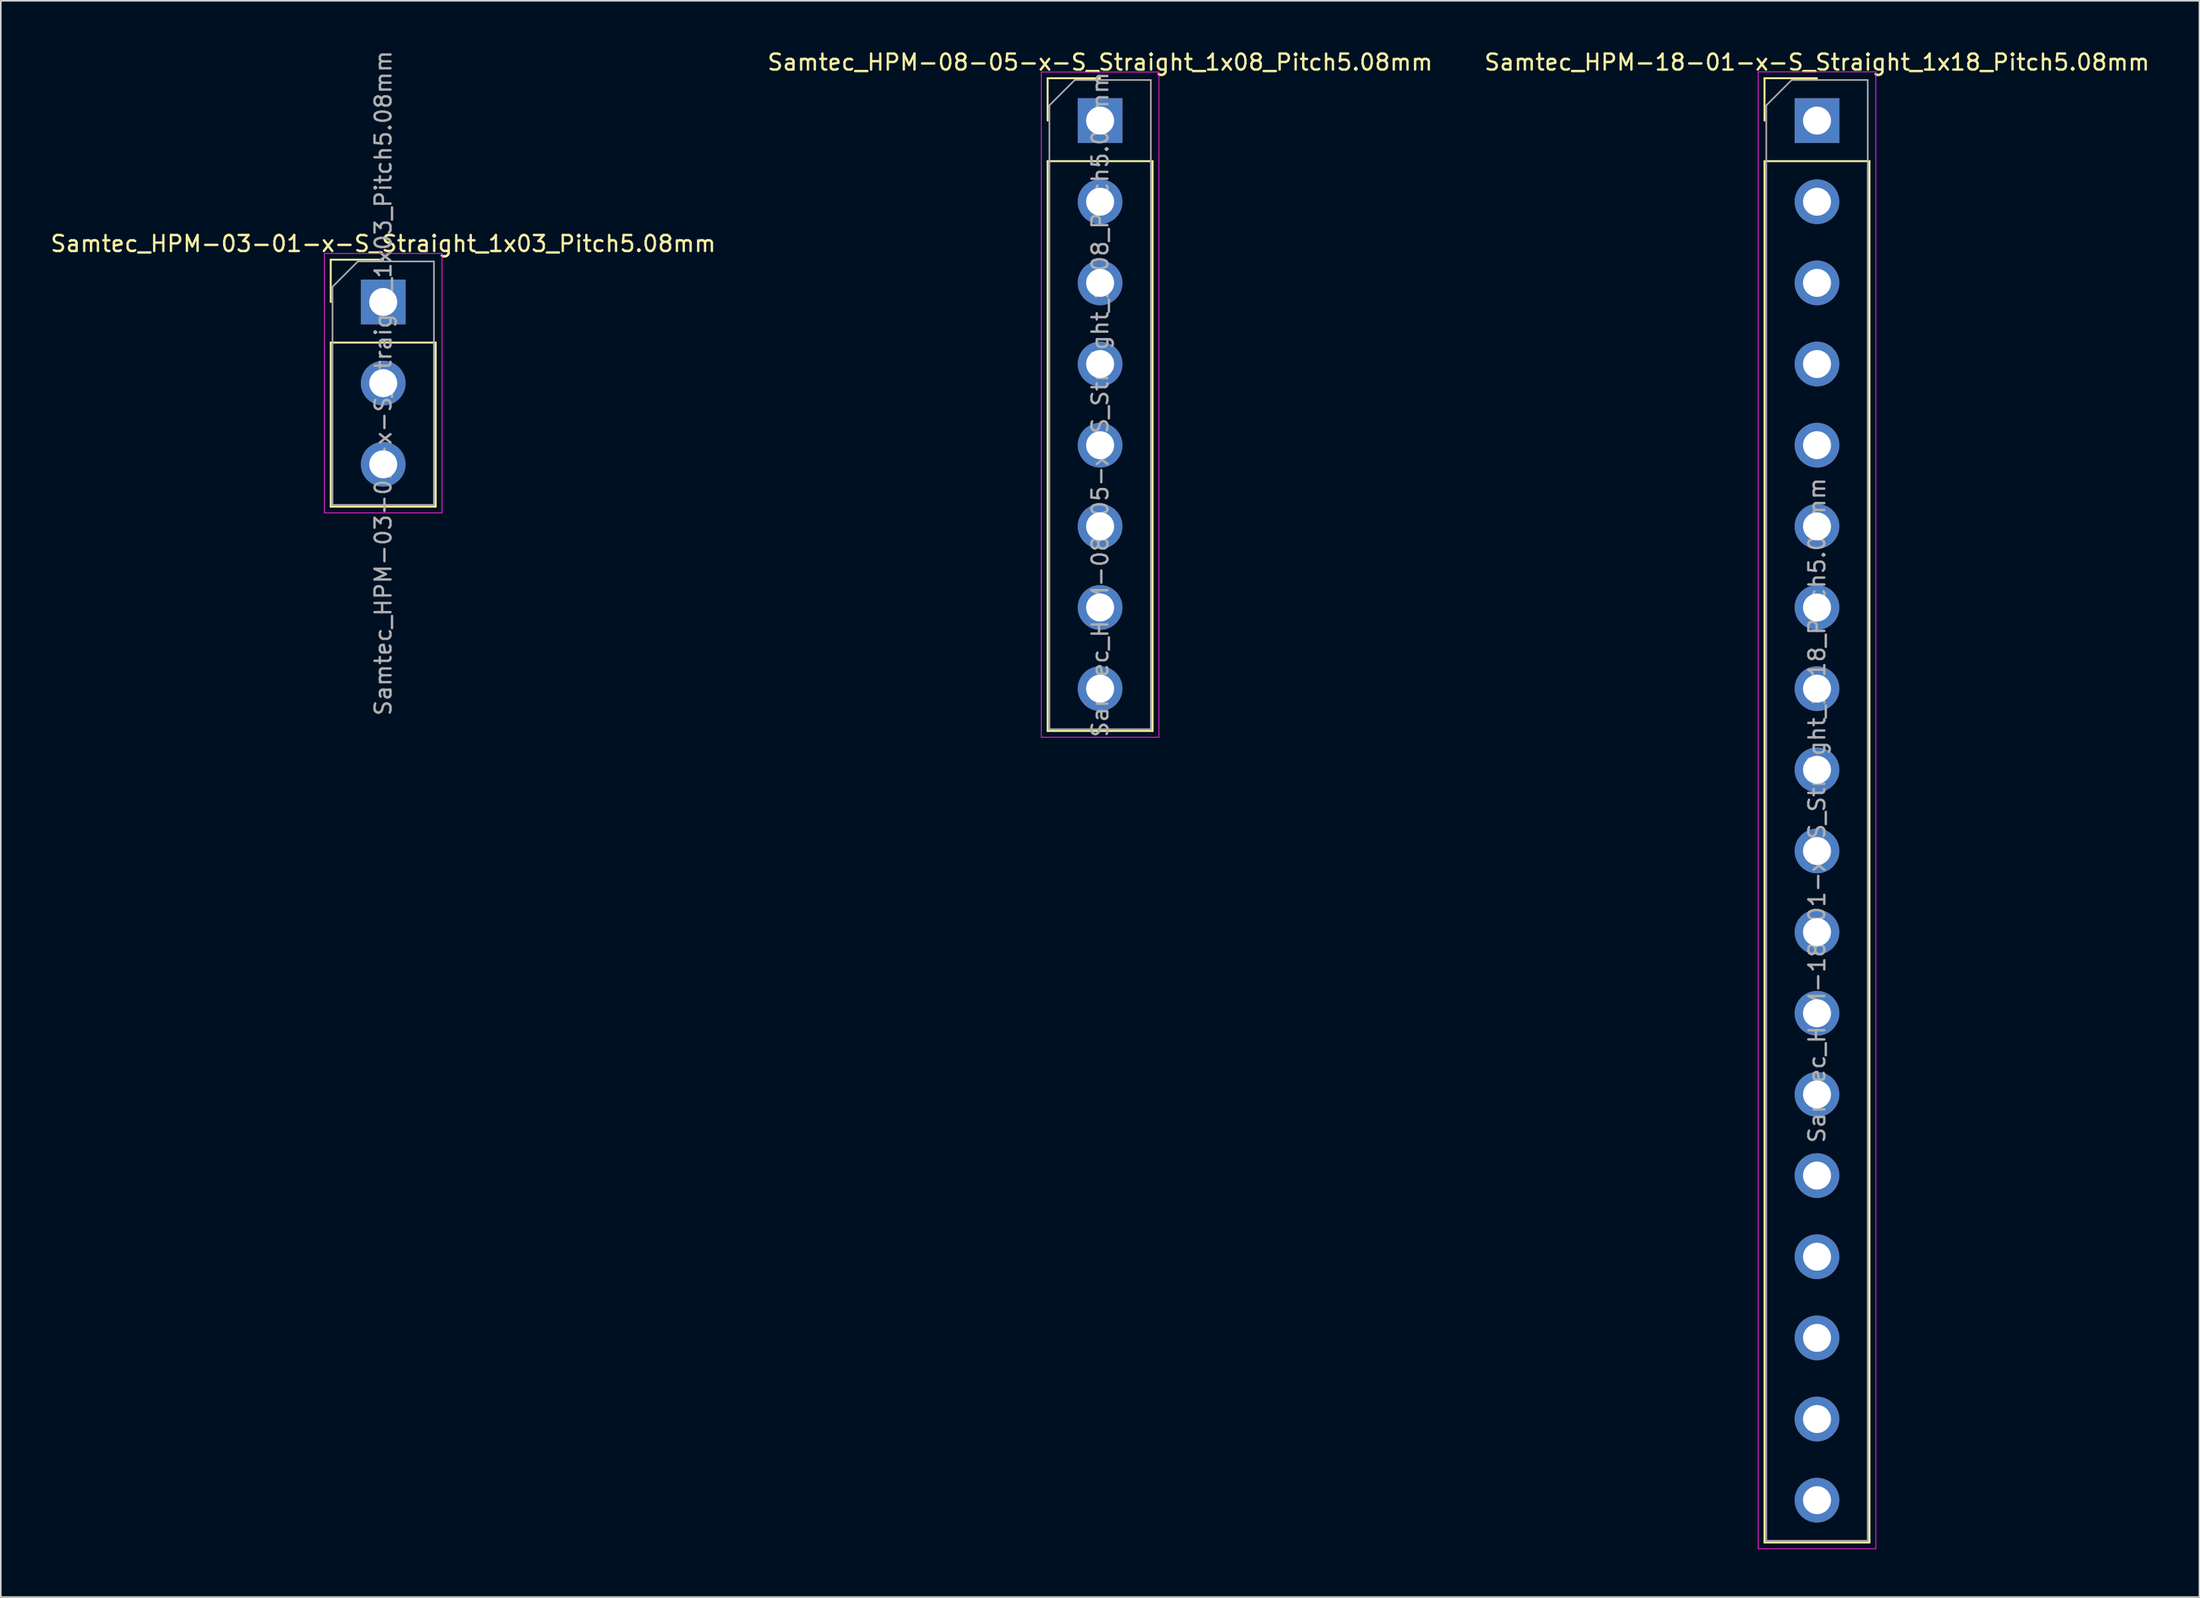
<source format=kicad_pcb>
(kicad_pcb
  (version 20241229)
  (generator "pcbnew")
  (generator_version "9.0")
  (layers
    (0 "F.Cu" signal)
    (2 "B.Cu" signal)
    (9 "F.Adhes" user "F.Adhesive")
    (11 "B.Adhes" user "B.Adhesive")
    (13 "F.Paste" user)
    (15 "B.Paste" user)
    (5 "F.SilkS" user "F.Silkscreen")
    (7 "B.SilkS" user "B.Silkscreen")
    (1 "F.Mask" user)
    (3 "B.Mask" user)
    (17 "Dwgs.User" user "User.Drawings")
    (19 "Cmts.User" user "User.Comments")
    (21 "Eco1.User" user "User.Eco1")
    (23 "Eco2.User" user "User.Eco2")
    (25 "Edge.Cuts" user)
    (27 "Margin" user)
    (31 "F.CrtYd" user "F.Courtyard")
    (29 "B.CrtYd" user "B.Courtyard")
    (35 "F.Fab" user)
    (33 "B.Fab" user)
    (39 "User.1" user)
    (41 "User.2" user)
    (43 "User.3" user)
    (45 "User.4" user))
  (footprint "Samtec_HPM-08-05-x-S_Straight_1x08_Pitch5.08mm"
    (layer "F.Cu")
    (at 65.804 4.498)
    (property "Reference" "Samtec_HPM-08-05-x-S_Straight_1x08_Pitch5.08mm" (at 0 -3.65 0) (layer "F.SilkS") (effects (font (size 1 1) (thickness 0.15))))
    (attr through_hole)
    (fp_line (start -3.285 -2.65) (end 0 -2.65) (stroke (width 0.12) (type solid)) (layer "F.SilkS"))
    (fp_line (start -3.285 0) (end -3.285 -2.65) (stroke (width 0.12) (type solid)) (layer "F.SilkS"))
    (fp_line (start -3.285 2.54) (end -3.285 38.21) (stroke (width 0.12) (type solid)) (layer "F.SilkS"))
    (fp_line (start -3.285 2.54) (end 3.285 2.54) (stroke (width 0.12) (type solid)) (layer "F.SilkS"))
    (fp_line (start -3.285 38.21) (end 3.285 38.21) (stroke (width 0.12) (type solid)) (layer "F.SilkS"))
    (fp_line (start 3.285 2.54) (end 3.285 38.21) (stroke (width 0.12) (type solid)) (layer "F.SilkS"))
    (fp_line (start -3.68 -3.04) (end -3.68 38.6) (stroke (width 0.05) (type solid)) (layer "F.CrtYd"))
    (fp_line (start -3.68 38.6) (end 3.68 38.6) (stroke (width 0.05) (type solid)) (layer "F.CrtYd"))
    (fp_line (start 3.68 -3.04) (end -3.68 -3.04) (stroke (width 0.05) (type solid)) (layer "F.CrtYd"))
    (fp_line (start 3.68 38.6) (end 3.68 -3.04) (stroke (width 0.05) (type solid)) (layer "F.CrtYd"))
    (fp_line (start -3.175 -0.953) (end -1.587 -2.54) (stroke (width 0.1) (type solid)) (layer "F.Fab"))
    (fp_line (start -3.175 38.1) (end -3.175 -0.953) (stroke (width 0.1) (type solid)) (layer "F.Fab"))
    (fp_line (start -1.587 -2.54) (end 3.175 -2.54) (stroke (width 0.1) (type solid)) (layer "F.Fab"))
    (fp_line (start 3.175 -2.54) (end 3.175 38.1) (stroke (width 0.1) (type solid)) (layer "F.Fab"))
    (fp_line (start 3.175 38.1) (end -3.175 38.1) (stroke (width 0.1) (type solid)) (layer "F.Fab"))
    (fp_text user "${REFERENCE}" (at 0 17.78 90) (layer "F.Fab") (effects (font (size 1 1) (thickness 0.15))))
    (pad "1" thru_hole rect (at 0 0) (size 2.8 2.8) (drill 1.75) (layers "*.Cu" "*.Mask"))
    (pad "2" thru_hole circle (at 0 5.08) (size 2.8 2.8) (drill 1.75) (layers "*.Cu" "*.Mask"))
    (pad "3" thru_hole circle (at 0 10.16) (size 2.8 2.8) (drill 1.75) (layers "*.Cu" "*.Mask"))
    (pad "4" thru_hole circle (at 0 15.24) (size 2.8 2.8) (drill 1.75) (layers "*.Cu" "*.Mask"))
    (pad "5" thru_hole circle (at 0 20.32) (size 2.8 2.8) (drill 1.75) (layers "*.Cu" "*.Mask"))
    (pad "6" thru_hole circle (at 0 25.4) (size 2.8 2.8) (drill 1.75) (layers "*.Cu" "*.Mask"))
    (pad "7" thru_hole circle (at 0 30.48) (size 2.8 2.8) (drill 1.75) (layers "*.Cu" "*.Mask"))
    (pad "8" thru_hole circle (at 0 35.56) (size 2.8 2.8) (drill 1.75) (layers "*.Cu" "*.Mask")))
  (footprint "Samtec_HPM-03-01-x-S_Straight_1x03_Pitch5.08mm"
    (layer "F.Cu")
    (at 20.935 15.855)
    (property "Reference" "Samtec_HPM-03-01-x-S_Straight_1x03_Pitch5.08mm" (at 0 -3.65 0) (layer "F.SilkS") (effects (font (size 1 1) (thickness 0.15))))
    (attr through_hole)
    (fp_line (start -3.285 -2.65) (end 0 -2.65) (stroke (width 0.12) (type solid)) (layer "F.SilkS"))
    (fp_line (start -3.285 0) (end -3.285 -2.65) (stroke (width 0.12) (type solid)) (layer "F.SilkS"))
    (fp_line (start -3.285 2.54) (end -3.285 12.81) (stroke (width 0.12) (type solid)) (layer "F.SilkS"))
    (fp_line (start -3.285 2.54) (end 3.285 2.54) (stroke (width 0.12) (type solid)) (layer "F.SilkS"))
    (fp_line (start -3.285 12.81) (end 3.285 12.81) (stroke (width 0.12) (type solid)) (layer "F.SilkS"))
    (fp_line (start 3.285 2.54) (end 3.285 12.81) (stroke (width 0.12) (type solid)) (layer "F.SilkS"))
    (fp_line (start -3.68 -3.04) (end -3.68 13.2) (stroke (width 0.05) (type solid)) (layer "F.CrtYd"))
    (fp_line (start -3.68 13.2) (end 3.68 13.2) (stroke (width 0.05) (type solid)) (layer "F.CrtYd"))
    (fp_line (start 3.68 -3.04) (end -3.68 -3.04) (stroke (width 0.05) (type solid)) (layer "F.CrtYd"))
    (fp_line (start 3.68 13.2) (end 3.68 -3.04) (stroke (width 0.05) (type solid)) (layer "F.CrtYd"))
    (fp_line (start -3.175 -0.953) (end -1.587 -2.54) (stroke (width 0.1) (type solid)) (layer "F.Fab"))
    (fp_line (start -3.175 12.7) (end -3.175 -0.953) (stroke (width 0.1) (type solid)) (layer "F.Fab"))
    (fp_line (start -1.587 -2.54) (end 3.175 -2.54) (stroke (width 0.1) (type solid)) (layer "F.Fab"))
    (fp_line (start 3.175 -2.54) (end 3.175 12.7) (stroke (width 0.1) (type solid)) (layer "F.Fab"))
    (fp_line (start 3.175 12.7) (end -3.175 12.7) (stroke (width 0.1) (type solid)) (layer "F.Fab"))
    (fp_text user "${REFERENCE}" (at 0 5.08 90) (layer "F.Fab") (effects (font (size 1 1) (thickness 0.15))))
    (pad "1" thru_hole rect (at 0 0) (size 2.8 2.8) (drill 1.75) (layers "*.Cu" "*.Mask"))
    (pad "2" thru_hole circle (at 0 5.08) (size 2.8 2.8) (drill 1.75) (layers "*.Cu" "*.Mask"))
    (pad "3" thru_hole circle (at 0 10.16) (size 2.8 2.8) (drill 1.75) (layers "*.Cu" "*.Mask")))
  (footprint "Samtec_HPM-18-01-x-S_Straight_1x18_Pitch5.08mm"
    (layer "F.Cu")
    (at 110.673 4.498)
    (property "Reference" "Samtec_HPM-18-01-x-S_Straight_1x18_Pitch5.08mm" (at 0 -3.65 0) (layer "F.SilkS") (effects (font (size 1 1) (thickness 0.15))))
    (attr through_hole)
    (fp_line (start -3.285 -2.65) (end 0 -2.65) (stroke (width 0.12) (type solid)) (layer "F.SilkS"))
    (fp_line (start -3.285 0) (end -3.285 -2.65) (stroke (width 0.12) (type solid)) (layer "F.SilkS"))
    (fp_line (start -3.285 2.54) (end -3.285 89.01) (stroke (width 0.12) (type solid)) (layer "F.SilkS"))
    (fp_line (start -3.285 2.54) (end 3.285 2.54) (stroke (width 0.12) (type solid)) (layer "F.SilkS"))
    (fp_line (start -3.285 89.01) (end 3.285 89.01) (stroke (width 0.12) (type solid)) (layer "F.SilkS"))
    (fp_line (start 3.285 2.54) (end 3.285 89.01) (stroke (width 0.12) (type solid)) (layer "F.SilkS"))
    (fp_line (start -3.68 -3.05) (end -3.68 89.4) (stroke (width 0.05) (type solid)) (layer "F.CrtYd"))
    (fp_line (start -3.68 89.4) (end 3.68 89.4) (stroke (width 0.05) (type solid)) (layer "F.CrtYd"))
    (fp_line (start 3.68 -3.05) (end -3.68 -3.05) (stroke (width 0.05) (type solid)) (layer "F.CrtYd"))
    (fp_line (start 3.68 89.4) (end 3.68 -3.05) (stroke (width 0.05) (type solid)) (layer "F.CrtYd"))
    (fp_line (start -3.175 -0.953) (end -1.587 -2.54) (stroke (width 0.1) (type solid)) (layer "F.Fab"))
    (fp_line (start -3.175 88.9) (end -3.175 -0.953) (stroke (width 0.1) (type solid)) (layer "F.Fab"))
    (fp_line (start -1.587 -2.54) (end 3.175 -2.54) (stroke (width 0.1) (type solid)) (layer "F.Fab"))
    (fp_line (start 3.175 -2.54) (end 3.175 88.9) (stroke (width 0.1) (type solid)) (layer "F.Fab"))
    (fp_line (start 3.175 88.9) (end -3.175 88.9) (stroke (width 0.1) (type solid)) (layer "F.Fab"))
    (fp_text user "${REFERENCE}" (at 0 43.18 90) (layer "F.Fab") (effects (font (size 1 1) (thickness 0.15))))
    (pad "1" thru_hole rect (at 0 0) (size 2.8 2.8) (drill 1.75) (layers "*.Cu" "*.Mask"))
    (pad "2" thru_hole circle (at 0 5.08) (size 2.8 2.8) (drill 1.75) (layers "*.Cu" "*.Mask"))
    (pad "3" thru_hole circle (at 0 10.16) (size 2.8 2.8) (drill 1.75) (layers "*.Cu" "*.Mask"))
    (pad "4" thru_hole circle (at 0 15.24) (size 2.8 2.8) (drill 1.75) (layers "*.Cu" "*.Mask"))
    (pad "5" thru_hole circle (at 0 20.32) (size 2.8 2.8) (drill 1.75) (layers "*.Cu" "*.Mask"))
    (pad "6" thru_hole circle (at 0 25.4) (size 2.8 2.8) (drill 1.75) (layers "*.Cu" "*.Mask"))
    (pad "7" thru_hole circle (at 0 30.48) (size 2.8 2.8) (drill 1.75) (layers "*.Cu" "*.Mask"))
    (pad "8" thru_hole circle (at 0 35.56) (size 2.8 2.8) (drill 1.75) (layers "*.Cu" "*.Mask"))
    (pad "9" thru_hole circle (at 0 40.64) (size 2.8 2.8) (drill 1.75) (layers "*.Cu" "*.Mask"))
    (pad "10" thru_hole circle (at 0 45.72) (size 2.8 2.8) (drill 1.75) (layers "*.Cu" "*.Mask"))
    (pad "11" thru_hole circle (at 0 50.8) (size 2.8 2.8) (drill 1.75) (layers "*.Cu" "*.Mask"))
    (pad "12" thru_hole circle (at 0 55.88) (size 2.8 2.8) (drill 1.75) (layers "*.Cu" "*.Mask"))
    (pad "13" thru_hole circle (at 0 60.96) (size 2.8 2.8) (drill 1.75) (layers "*.Cu" "*.Mask"))
    (pad "14" thru_hole circle (at 0 66.04) (size 2.8 2.8) (drill 1.75) (layers "*.Cu" "*.Mask"))
    (pad "15" thru_hole circle (at 0 71.12) (size 2.8 2.8) (drill 1.75) (layers "*.Cu" "*.Mask"))
    (pad "16" thru_hole circle (at 0 76.2) (size 2.8 2.8) (drill 1.75) (layers "*.Cu" "*.Mask"))
    (pad "17" thru_hole circle (at 0 81.28) (size 2.8 2.8) (drill 1.75) (layers "*.Cu" "*.Mask"))
    (pad "18" thru_hole circle (at 0 86.36) (size 2.8 2.8) (drill 1.75) (layers "*.Cu" "*.Mask")))
  (gr_rect
    (start -3 -3)
    (end 134.607 96.923)
    (stroke (width 0.1) (type default))
    (fill no)
    (layer "Edge.Cuts")))
</source>
